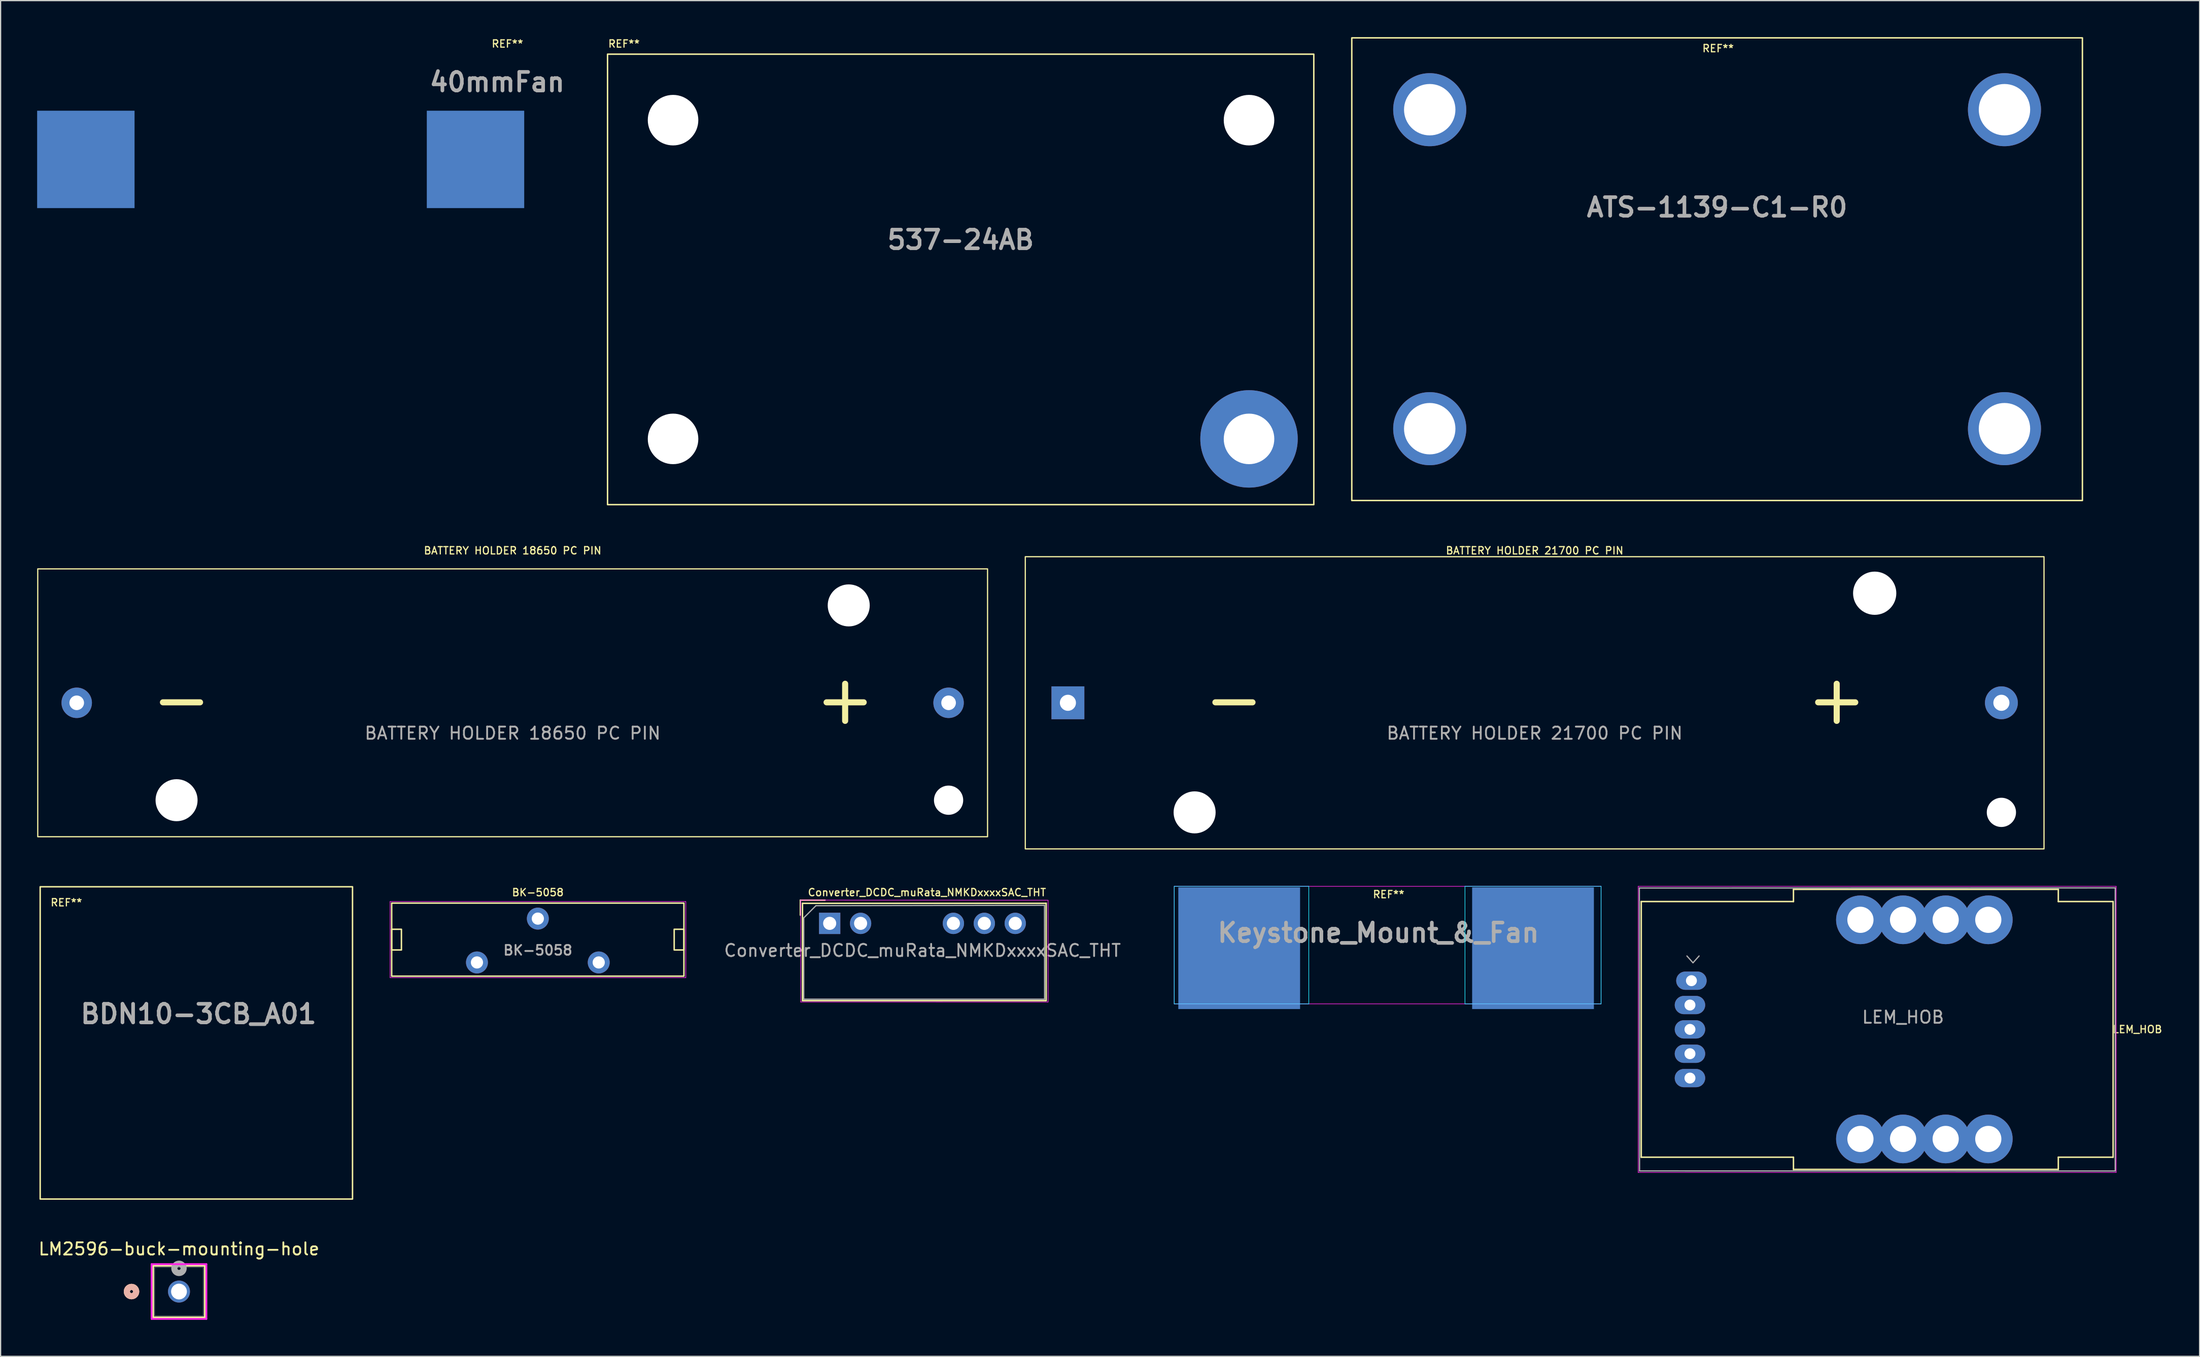
<source format=kicad_pcb>
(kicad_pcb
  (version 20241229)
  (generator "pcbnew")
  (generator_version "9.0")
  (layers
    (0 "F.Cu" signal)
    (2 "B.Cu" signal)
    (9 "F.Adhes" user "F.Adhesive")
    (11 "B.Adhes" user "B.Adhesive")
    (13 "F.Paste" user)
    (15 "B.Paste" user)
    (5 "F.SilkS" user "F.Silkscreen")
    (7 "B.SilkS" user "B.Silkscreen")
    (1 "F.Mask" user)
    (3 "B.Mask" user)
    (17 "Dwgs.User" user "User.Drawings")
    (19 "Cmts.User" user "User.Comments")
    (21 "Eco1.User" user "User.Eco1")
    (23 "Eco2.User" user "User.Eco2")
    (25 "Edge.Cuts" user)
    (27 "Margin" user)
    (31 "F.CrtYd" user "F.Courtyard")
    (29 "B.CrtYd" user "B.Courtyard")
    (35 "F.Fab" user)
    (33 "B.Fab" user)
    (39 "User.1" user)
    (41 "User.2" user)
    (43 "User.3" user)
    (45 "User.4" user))
  (footprint "Keystone_Mount_&_Fan"
    (layer "F.Cu")
    (at 92.366 79.912)
    (property "Reference" "Keystone_Mount_&_Fan" (at 17.78 -6.35 0) (layer "F.Fab") (effects (font (size 1.524 1.524) (thickness 0.3))))
    (attr through_hole)
    (fp_line (start 1.016 -10.16) (end 1.016 -0.508) (stroke (width 0.05) (type default)) (layer "B.CrtYd"))
    (fp_line (start 1.016 -0.508) (end 12.065 -0.508) (stroke (width 0.05) (type default)) (layer "B.CrtYd"))
    (fp_line (start 12.065 -10.16) (end 1.016 -10.16) (stroke (width 0.05) (type default)) (layer "B.CrtYd"))
    (fp_line (start 12.065 -0.508) (end 12.065 -10.16) (stroke (width 0.05) (type default)) (layer "B.CrtYd"))
    (fp_line (start 24.892 -10.16) (end 36.068 -10.16) (stroke (width 0.05) (type default)) (layer "B.CrtYd"))
    (fp_line (start 24.892 -0.508) (end 24.892 -10.16) (stroke (width 0.05) (type default)) (layer "B.CrtYd"))
    (fp_line (start 36.068 -10.16) (end 36.068 -0.508) (stroke (width 0.05) (type default)) (layer "B.CrtYd"))
    (fp_line (start 36.068 -0.508) (end 24.892 -0.508) (stroke (width 0.05) (type default)) (layer "B.CrtYd"))
    (fp_line (start 1.016 -10.16) (end 36.068 -10.16) (stroke (width 0.05) (type default)) (layer "F.CrtYd"))
    (fp_line (start 1.016 -0.508) (end 1.016 -10.16) (stroke (width 0.05) (type default)) (layer "F.CrtYd"))
    (fp_line (start 36.068 -10.16) (end 36.068 -0.508) (stroke (width 0.05) (type default)) (layer "F.CrtYd"))
    (fp_line (start 36.068 -0.508) (end 1.016 -0.508) (stroke (width 0.05) (type default)) (layer "F.CrtYd"))
    (fp_text user "REF**" (at 17.272 -9.144 0) (unlocked yes) (layer "F.SilkS") (effects (font (size 0.6 0.6) (thickness 0.1) (bold yes)) (justify left bottom)))
    (pad "1" smd rect (at 6.35 -5.08) (size 10 10) (layers "B.Cu" "B.Mask"))
    (pad "1" smd rect (at 30.48 -5.08) (size 10 10) (layers "B.Cu" "B.Mask")))
  (footprint "LM2596-buck-mounting-hole"
    (layer "F.Cu")
    (at 11.649 103.035)
    (property "Reference" "LM2596-buck-mounting-hole" (at 0 -3.5 0) (unlocked yes) (layer "F.SilkS") (effects (font (size 1 1) (thickness 0.15))))
    (attr through_hole)
    (fp_line (start -2.121 -2.121) (end -2.121 2.121) (stroke (width 0.152) (type solid)) (layer "F.SilkS"))
    (fp_line (start -2.121 2.121) (end 2.121 2.121) (stroke (width 0.152) (type solid)) (layer "F.SilkS"))
    (fp_line (start 2.121 -2.121) (end -2.121 -2.121) (stroke (width 0.152) (type solid)) (layer "F.SilkS"))
    (fp_line (start 2.121 2.121) (end 2.121 -2.121) (stroke (width 0.152) (type solid)) (layer "F.SilkS"))
    (fp_circle (center -3.899 0) (end -3.518 0) (stroke (width 0.508) (type solid)) (fill no) (layer "F.SilkS"))
    (fp_circle (center -3.899 0) (end -3.518 0) (stroke (width 0.508) (type solid)) (fill no) (layer "B.SilkS"))
    (fp_line (start -2.248 -2.248) (end -2.248 2.248) (stroke (width 0.152) (type solid)) (layer "F.CrtYd"))
    (fp_line (start -2.248 2.248) (end 2.248 2.248) (stroke (width 0.152) (type solid)) (layer "F.CrtYd"))
    (fp_line (start 2.248 -2.248) (end -2.248 -2.248) (stroke (width 0.152) (type solid)) (layer "F.CrtYd"))
    (fp_line (start 2.248 2.248) (end 2.248 -2.248) (stroke (width 0.152) (type solid)) (layer "F.CrtYd"))
    (fp_line (start -1.994 -1.994) (end -1.994 1.994) (stroke (width 0.025) (type solid)) (layer "F.Fab"))
    (fp_line (start -1.994 1.994) (end 1.994 1.994) (stroke (width 0.025) (type solid)) (layer "F.Fab"))
    (fp_line (start 1.994 -1.994) (end -1.994 -1.994) (stroke (width 0.025) (type solid)) (layer "F.Fab"))
    (fp_line (start 1.994 1.994) (end 1.994 -1.994) (stroke (width 0.025) (type solid)) (layer "F.Fab"))
    (fp_circle (center 0 -1.905) (end 0.381 -1.905) (stroke (width 0.508) (type solid)) (fill no) (layer "F.Fab"))
    (pad "1" thru_hole circle (at 0 0) (size 1.803 1.803) (drill 1.295) (layers "*.Cu" "*.Mask")))
  (footprint "Converter_DCDC_muRata_NMKDxxxxSAC_THT"
    (layer "F.Cu")
    (at 65.085 72.793)
    (property "Reference" "Converter_DCDC_muRata_NMKDxxxxSAC_THT" (at 7.99 -2.54 0) (layer "F.SilkS") (effects (font (size 0.6 0.6) (thickness 0.1) (bold yes))))
    (attr through_hole)
    (fp_line (start -2.408 -1.905) (end -2.408 -0.675) (stroke (width 0.12) (type solid)) (layer "F.SilkS"))
    (fp_line (start -2.408 -1.905) (end -0.378 -1.905) (stroke (width 0.12) (type solid)) (layer "F.SilkS"))
    (fp_line (start -2.232 -1.646) (end -2.23 6.35) (stroke (width 0.12) (type solid)) (layer "F.SilkS"))
    (fp_line (start -2.23 6.35) (end 17.78 6.35) (stroke (width 0.12) (type solid)) (layer "F.SilkS"))
    (fp_line (start 17.778 -1.646) (end -2.232 -1.646) (stroke (width 0.12) (type solid)) (layer "F.SilkS"))
    (fp_line (start 17.78 6.35) (end 17.778 -1.646) (stroke (width 0.12) (type solid)) (layer "F.SilkS"))
    (fp_line (start -2.38 -1.908) (end -2.378 6.46) (stroke (width 0.05) (type solid)) (layer "F.CrtYd"))
    (fp_line (start 17.935 -1.902) (end -2.38 -1.908) (stroke (width 0.05) (type solid)) (layer "F.CrtYd"))
    (fp_line (start 17.938 6.465) (end -2.378 6.46) (stroke (width 0.05) (type solid)) (layer "F.CrtYd"))
    (fp_line (start 17.938 6.465) (end 17.935 -1.902) (stroke (width 0.05) (type solid)) (layer "F.CrtYd"))
    (fp_line (start -2.128 -0.452) (end -2.129 6.225) (stroke (width 0.1) (type solid)) (layer "F.Fab"))
    (fp_line (start -1.128 -1.452) (end -2.128 -0.452) (stroke (width 0.1) (type solid)) (layer "F.Fab"))
    (fp_line (start 17.642 -1.483) (end -1.128 -1.452) (stroke (width 0.1) (type solid)) (layer "F.Fab"))
    (fp_line (start 17.642 -1.483) (end 17.652 6.226) (stroke (width 0.1) (type solid)) (layer "F.Fab"))
    (fp_line (start 17.652 6.226) (end -2.129 6.225) (stroke (width 0.1) (type solid)) (layer "F.Fab"))
    (fp_text user "${REFERENCE}" (at 7.62 2.23 180) (layer "F.Fab") (effects (font (size 1 1) (thickness 0.15))))
    (pad "1" thru_hole rect (at 0 0) (size 1.75 1.75) (drill 1.075) (layers "*.Cu" "*.Mask"))
    (pad "2" thru_hole oval (at 2.54 0) (size 1.75 1.75) (drill 1.075) (layers "*.Cu" "*.Mask"))
    (pad "5" thru_hole oval (at 10.16 0) (size 1.75 1.75) (drill 1.075) (layers "*.Cu" "*.Mask"))
    (pad "6" thru_hole oval (at 12.7 0) (size 1.75 1.75) (drill 1.075) (layers "*.Cu" "*.Mask"))
    (pad "7" thru_hole oval (at 15.24 0) (size 1.75 1.75) (drill 1.075) (layers "*.Cu" "*.Mask")))
  (footprint "BDN10-3CB_A01"
    (layer "F.Cu")
    (at 0.25 95.436)
    (property "Reference" "BDN10-3CB_A01" (at 13 -15.2 0) (layer "F.Fab") (effects (font (size 1.524 1.524) (thickness 0.3))))
    (attr through_hole)
    (fp_rect (start 0 -25.65) (end 25.65 0) (stroke (width 0.12) (type default)) (fill no) (layer "F.SilkS"))
    (fp_text user "REF**" (at 0.8 -24 0) (unlocked yes) (layer "F.SilkS") (effects (font (size 0.6 0.6) (thickness 0.1) (bold yes)) (justify left bottom))))
  (footprint "BATTERY HOLDER 21700 PC PIN"
    (layer "F.Cu")
    (at 122.98 54.676)
    (property "Reference" "BATTERY HOLDER 21700 PC PIN" (at 0 -12.5 0) (unlocked yes) (layer "F.SilkS") (effects (font (size 0.6 0.6) (thickness 0.1))))
    (attr through_hole)
    (fp_rect (start -41.83 -12) (end 41.83 12) (stroke (width 0.1) (type default)) (fill no) (layer "F.SilkS"))
    (fp_text user "-" (at -27.5 2 0) (unlocked yes) (layer "F.SilkS") (effects (font (size 4 4) (thickness 0.5) (bold yes)) (justify left bottom)))
    (fp_text user "+" (at 22 2 0) (unlocked yes) (layer "F.SilkS") (effects (font (size 4 4) (thickness 0.5) (bold yes)) (justify left bottom)))
    (fp_text user "${REFERENCE}" (at 0 2.5 0) (unlocked yes) (layer "F.Fab") (effects (font (size 1 1) (thickness 0.15))))
    (pad "" np_thru_hole circle (at -27.925 9) (size 3.45 3.45) (drill 3.55) (layers "*.Cu" "*.Mask"))
    (pad "" np_thru_hole circle (at 27.925 -9) (size 3.55 3.55) (drill 3.55) (layers "*.Cu" "*.Mask"))
    (pad "" np_thru_hole circle (at 38.33 9) (size 2.4 2.4) (drill 2.4) (layers "*.Cu" "*.Mask"))
    (pad "1" thru_hole rect (at -38.33 0) (size 2.7 2.7) (drill 1.32) (layers "*.Cu" "*.Mask"))
    (pad "2" thru_hole circle (at 38.33 0) (size 2.7 2.7) (drill 1.32) (layers "*.Cu" "*.Mask")))
  (footprint "LEM_HOB"
    (layer "F.Cu")
    (at 153.234 81.501)
    (property "Reference" "LEM_HOB" (at 19.25 0 0) (layer "F.SilkS") (effects (font (size 0.6 0.6) (thickness 0.1) (bold yes))))
    (attr through_hole)
    (fp_line (start -21.5 -10.5) (end -21.5 10.5) (stroke (width 0.12) (type solid)) (layer "F.SilkS"))
    (fp_line (start -21.5 10.5) (end -9 10.5) (stroke (width 0.12) (type default)) (layer "F.SilkS"))
    (fp_line (start -9 -11.5) (end -9 -10.5) (stroke (width 0.12) (type default)) (layer "F.SilkS"))
    (fp_line (start -9 -10.5) (end -21.5 -10.5) (stroke (width 0.12) (type default)) (layer "F.SilkS"))
    (fp_line (start -9 11.5) (end -9 10.5) (stroke (width 0.12) (type default)) (layer "F.SilkS"))
    (fp_line (start 12.75 -11.5) (end -9 -11.5) (stroke (width 0.12) (type default)) (layer "F.SilkS"))
    (fp_line (start 12.75 -10.5) (end 12.75 -11.5) (stroke (width 0.12) (type default)) (layer "F.SilkS"))
    (fp_line (start 12.75 10.5) (end 12.75 11.5) (stroke (width 0.12) (type default)) (layer "F.SilkS"))
    (fp_line (start 12.75 11.5) (end -9 11.5) (stroke (width 0.12) (type default)) (layer "F.SilkS"))
    (fp_line (start 17.25 -10.5) (end 12.75 -10.5) (stroke (width 0.12) (type solid)) (layer "F.SilkS"))
    (fp_line (start 17.25 -10.5) (end 17.25 10.5) (stroke (width 0.12) (type solid)) (layer "F.SilkS"))
    (fp_line (start 17.25 10.5) (end 12.75 10.5) (stroke (width 0.12) (type solid)) (layer "F.SilkS"))
    (fp_line (start -21.75 -11.75) (end 17.5 -11.75) (stroke (width 0.05) (type solid)) (layer "F.CrtYd"))
    (fp_line (start -21.75 11.75) (end -21.75 -11.75) (stroke (width 0.05) (type solid)) (layer "F.CrtYd"))
    (fp_line (start -21.75 11.75) (end 17.5 11.75) (stroke (width 0.05) (type solid)) (layer "F.CrtYd"))
    (fp_line (start 17.5 -11.75) (end 17.5 11.75) (stroke (width 0.05) (type solid)) (layer "F.CrtYd"))
    (fp_line (start -21.655 -11.61) (end -21.639 11.624) (stroke (width 0.1) (type solid)) (layer "F.Fab"))
    (fp_line (start -17.75 -6.03) (end -17.25 -5.47) (stroke (width 0.1) (type solid)) (layer "F.Fab"))
    (fp_line (start -17.25 -5.47) (end -16.75 -6.03) (stroke (width 0.1) (type solid)) (layer "F.Fab"))
    (fp_line (start 17.42 11.629) (end -21.639 11.624) (stroke (width 0.1) (type solid)) (layer "F.Fab"))
    (fp_line (start 17.423 11.621) (end 17.424 -11.621) (stroke (width 0.1) (type solid)) (layer "F.Fab"))
    (fp_line (start 17.424 -11.621) (end -21.655 -11.61) (stroke (width 0.1) (type solid)) (layer "F.Fab"))
    (fp_text user "${REFERENCE}" (at 0 -1 180) (layer "F.Fab") (effects (font (size 1 1) (thickness 0.15))))
    (pad "1" thru_hole oval (at -17.38 -4 180) (size 2.5 1.5) (drill 0.9) (layers "*.Cu" "*.Mask"))
    (pad "2" thru_hole oval (at -17.5 -2 180) (size 2.5 1.5) (drill 0.9) (layers "*.Cu" "*.Mask"))
    (pad "3" thru_hole oval (at -17.5 0 180) (size 2.5 1.5) (drill 0.9) (layers "*.Cu" "*.Mask"))
    (pad "4" thru_hole oval (at -17.5 2 180) (size 2.5 1.5) (drill 0.9) (layers "*.Cu" "*.Mask"))
    (pad "5" thru_hole oval (at -17.5 4 180) (size 2.5 1.5) (drill 0.9) (layers "*.Cu" "*.Mask"))
    (pad "6" thru_hole circle (at -3.5 -9) (size 4 4) (drill 2.15) (layers "*.Cu" "*.Mask"))
    (pad "7" thru_hole circle (at 0 -9) (size 4 4) (drill 2.15) (layers "*.Cu" "*.Mask"))
    (pad "8" thru_hole circle (at 3.5 -9) (size 4 4) (drill 2.15) (layers "*.Cu" "*.Mask"))
    (pad "9" thru_hole circle (at 7 -9) (size 4 4) (drill 2.15) (layers "*.Cu" "*.Mask"))
    (pad "10" thru_hole circle (at 7 9 180) (size 4 4) (drill 2.15) (layers "*.Cu" "*.Mask"))
    (pad "11" thru_hole circle (at 3.5 9 180) (size 4 4) (drill 2.15) (layers "*.Cu" "*.Mask"))
    (pad "12" thru_hole circle (at 0 9 180) (size 4 4) (drill 2.15) (layers "*.Cu" "*.Mask"))
    (pad "13" thru_hole circle (at -3.5 9 180) (size 4 4) (drill 2.15) (layers "*.Cu" "*.Mask")))
  (footprint "BK-5058"
    (layer "F.Cu")
    (at 41.119 76.003)
    (property "Reference" "BK-5058" (at 0 -5.75 0) (unlocked yes) (layer "F.SilkS") (effects (font (size 0.6 0.6) (thickness 0.1))))
    (attr through_hole)
    (fp_rect (start -12.003 -4.875) (end 11.997 1.125) (stroke (width 0.12) (type default)) (fill no) (layer "F.SilkS"))
    (fp_rect (start -12.003 -2.725) (end -11.203 -1.025) (stroke (width 0.12) (type default)) (fill no) (layer "F.SilkS"))
    (fp_rect (start 11.197 -2.725) (end 11.997 -1.025) (stroke (width 0.12) (type default)) (fill no) (layer "F.SilkS"))
    (fp_line (start -12.134 -5.001) (end 12.15 -5.001) (stroke (width 0.05) (type default)) (layer "F.CrtYd"))
    (fp_line (start -12.134 1.249) (end -12.134 -5.001) (stroke (width 0.05) (type default)) (layer "F.CrtYd"))
    (fp_line (start 12.15 -5.001) (end 12.15 1.249) (stroke (width 0.05) (type default)) (layer "F.CrtYd"))
    (fp_line (start 12.15 1.249) (end -12.134 1.249) (stroke (width 0.05) (type default)) (layer "F.CrtYd"))
    (fp_text user "${REFERENCE}" (at 0 -1 0) (unlocked yes) (layer "F.Fab") (effects (font (size 0.8 0.8) (thickness 0.15))))
    (pad "1" thru_hole circle (at -5 0) (size 1.8 1.8) (drill 1) (layers "*.Cu" "*.Mask"))
    (pad "2" thru_hole circle (at 5 0) (size 1.8 1.8) (drill 1) (layers "*.Cu" "*.Mask"))
    (pad "3" thru_hole circle (at 0 -3.6) (size 1.8 1.8) (drill 1) (layers "*.Cu" "*.Mask")))
  (footprint "40mmFan"
    (layer "F.Cu")
    (at 20 10.044)
    (property "Reference" "40mmFan" (at 17.78 -6.35 0) (layer "F.Fab") (effects (font (size 1.524 1.524) (thickness 0.3))))
    (attr through_hole)
    (fp_text user "REF**" (at 17.272 -9.144 0) (unlocked yes) (layer "F.SilkS") (effects (font (size 0.6 0.6) (thickness 0.1) (bold yes)) (justify left bottom)))
    (pad "1" smd rect (at -16 0) (size 8 8) (layers "B.Cu" "B.Mask"))
    (pad "1" smd rect (at 16 0) (size 8 8) (layers "B.Cu" "B.Mask")))
  (footprint "ATS-1139-C1-R0"
    (layer "F.Cu")
    (at 137.963 19.06)
    (property "Reference" "ATS-1139-C1-R0" (at 0 -5.08 0) (layer "F.Fab") (effects (font (size 1.524 1.524) (thickness 0.3))))
    (attr through_hole)
    (fp_rect (start -30 -19) (end 30 19) (stroke (width 0.12) (type default)) (fill no) (layer "F.SilkS"))
    (fp_text user "REF**" (at -1.27 -17.78 0) (unlocked yes) (layer "F.SilkS") (effects (font (size 0.6 0.6) (thickness 0.1) (bold yes)) (justify left bottom)))
    (pad "1" thru_hole circle (at 23.6 13.1) (size 6 6) (drill 4.22) (layers "*.Cu" "*.Mask"))
    (pad "2" thru_hole circle (at -23.6 13.1) (size 6 6) (drill 4.22) (layers "*.Cu" "*.Mask"))
    (pad "3" thru_hole circle (at -23.6 -13.1) (size 6 6) (drill 4.22) (layers "*.Cu" "*.Mask"))
    (pad "4" thru_hole circle (at 23.6 -13.1) (size 6 6) (drill 4.22) (layers "*.Cu" "*.Mask")))
  (footprint "537-24AB"
    (layer "F.Cu")
    (at 46.843 38.4)
    (property "Reference" "537-24AB" (at 29 -21.75 0) (layer "F.Fab") (effects (font (size 1.524 1.524) (thickness 0.3))))
    (attr through_hole)
    (fp_rect (start 0 -37) (end 58 0) (stroke (width 0.12) (type default)) (fill no) (layer "F.SilkS"))
    (fp_text user "REF**" (at 0 -37.5 0) (unlocked yes) (layer "F.SilkS") (effects (font (size 0.6 0.6) (thickness 0.1) (bold yes)) (justify left bottom)))
    (pad "" np_thru_hole circle (at 5.38 -31.58) (size 4.15 4.15) (drill 4.15) (layers "*.Cu" "*.Mask"))
    (pad "" np_thru_hole circle (at 5.38 -5.4) (size 4.15 4.15) (drill 4.15) (layers "*.Cu" "*.Mask"))
    (pad "" np_thru_hole circle (at 52.68 -31.58) (size 4.15 4.15) (drill 4.15) (layers "*.Cu" "*.Mask"))
    (pad "1" thru_hole circle (at 52.68 -5.4) (size 8 8) (drill 4.15) (layers "*.Cu" "*.Mask")))
  (footprint "BATTERY HOLDER 18650 PC PIN"
    (layer "F.Cu")
    (at 39.05 54.676)
    (property "Reference" "BATTERY HOLDER 18650 PC PIN" (at 0 -12.5 0) (unlocked yes) (layer "F.SilkS") (effects (font (size 0.6 0.6) (thickness 0.1))))
    (attr through_hole)
    (fp_rect (start -39 -11) (end 39 11) (stroke (width 0.1) (type default)) (fill no) (layer "F.SilkS"))
    (fp_text user "-" (at -30 2 0) (unlocked yes) (layer "F.SilkS") (effects (font (size 4 4) (thickness 0.5) (bold yes)) (justify left bottom)))
    (fp_text user "+" (at 24.5 2 0) (unlocked yes) (layer "F.SilkS") (effects (font (size 4 4) (thickness 0.5) (bold yes)) (justify left bottom)))
    (fp_text user "${REFERENCE}" (at 0 2.5 0) (unlocked yes) (layer "F.Fab") (effects (font (size 1 1) (thickness 0.15))))
    (pad "" np_thru_hole circle (at -27.6 8) (size 3.45 3.45) (drill 3.45) (layers "*.Cu" "*.Mask"))
    (pad "" np_thru_hole circle (at 27.6 -8) (size 3.45 3.45) (drill 3.45) (layers "*.Cu" "*.Mask"))
    (pad "" np_thru_hole circle (at 35.8 8) (size 2.4 2.4) (drill 2.4) (layers "*.Cu" "*.Mask"))
    (pad "1" thru_hole circle (at -35.8 0) (size 2.5 2.5) (drill 1.2) (layers "*.Cu" "*.Mask"))
    (pad "2" thru_hole circle (at 35.8 0) (size 2.5 2.5) (drill 1.2) (layers "*.Cu" "*.Mask")))
  (gr_rect
    (start -3 -3)
    (end 177.588 108.359)
    (stroke (width 0.1) (type default))
    (fill no)
    (layer "Edge.Cuts")))
</source>
